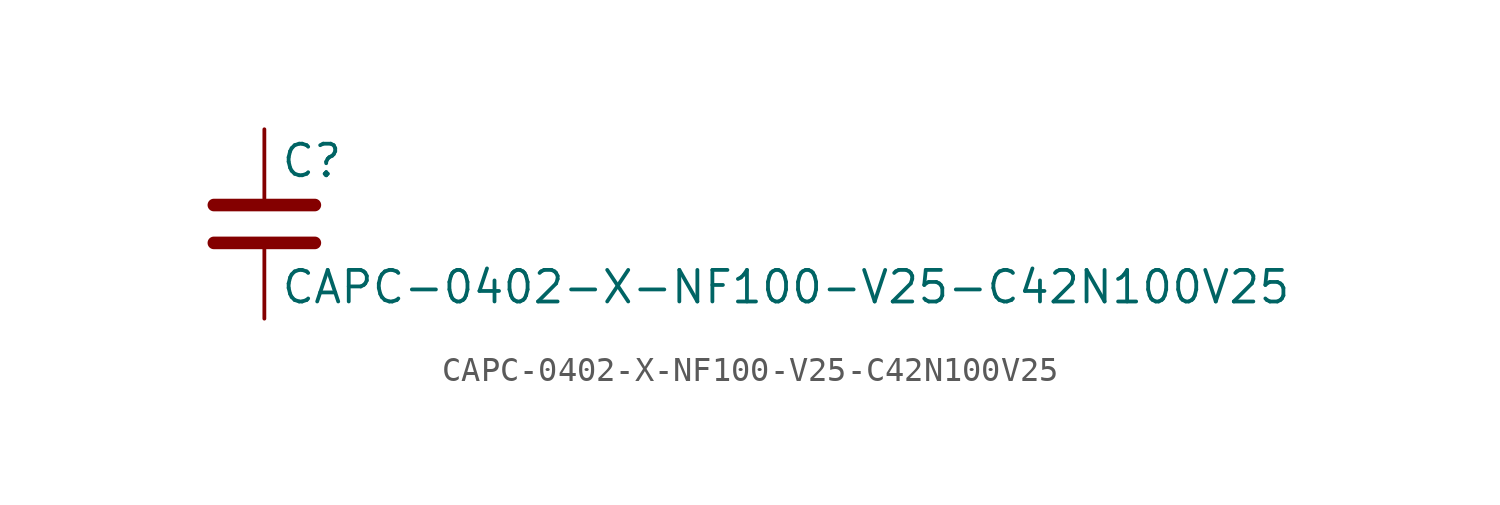
<source format=kicad_sym>
(kicad_symbol_lib
  (version 20211014)
  (generator kicad_symbol_editor)
  (symbol "CAPC-0402-X-NF100-V25-C42N100V25"
    (pin_numbers hide)
    (pin_names
      (offset 0.254))
    (property "Reference" "C"
      (at 0.635 2.54 0)
      (effects (font (size 1.27 1.27)) (justify left)))
    (property "Value" "CAPC-0402-X-NF100-V25-C42N100V25"
      (at 0.635 -2.54 0)
      (effects (font (size 1.27 1.27)) (justify left)))
    (symbol "CAPC-0402-X-NF100-V25-C42N100V25_0_1"
      (polyline (pts (xy -2.032 -0.762) (xy 2.032 -0.762)) (stroke (width 0.508) (type default) (color 0 0 0 0)) (fill (type none)))
      (polyline (pts (xy -2.032 0.762) (xy 2.032 0.762)) (stroke (width 0.508) (type default) (color 0 0 0 0)) (fill (type none))))
    (symbol "CAPC-0402-X-NF100-V25-C42N100V25_1_1"
      (pin passive line (at 0 3.81 270) (length 2.794) (name "~" (effects (font (size 1.27 1.27)))) (number "1" (effects (font (size 1.27 1.27)))))
      (pin passive line (at 0 -3.81 90) (length 2.794) (name "~" (effects (font (size 1.27 1.27)))) (number "2" (effects (font (size 1.27 1.27))))))))
</source>
